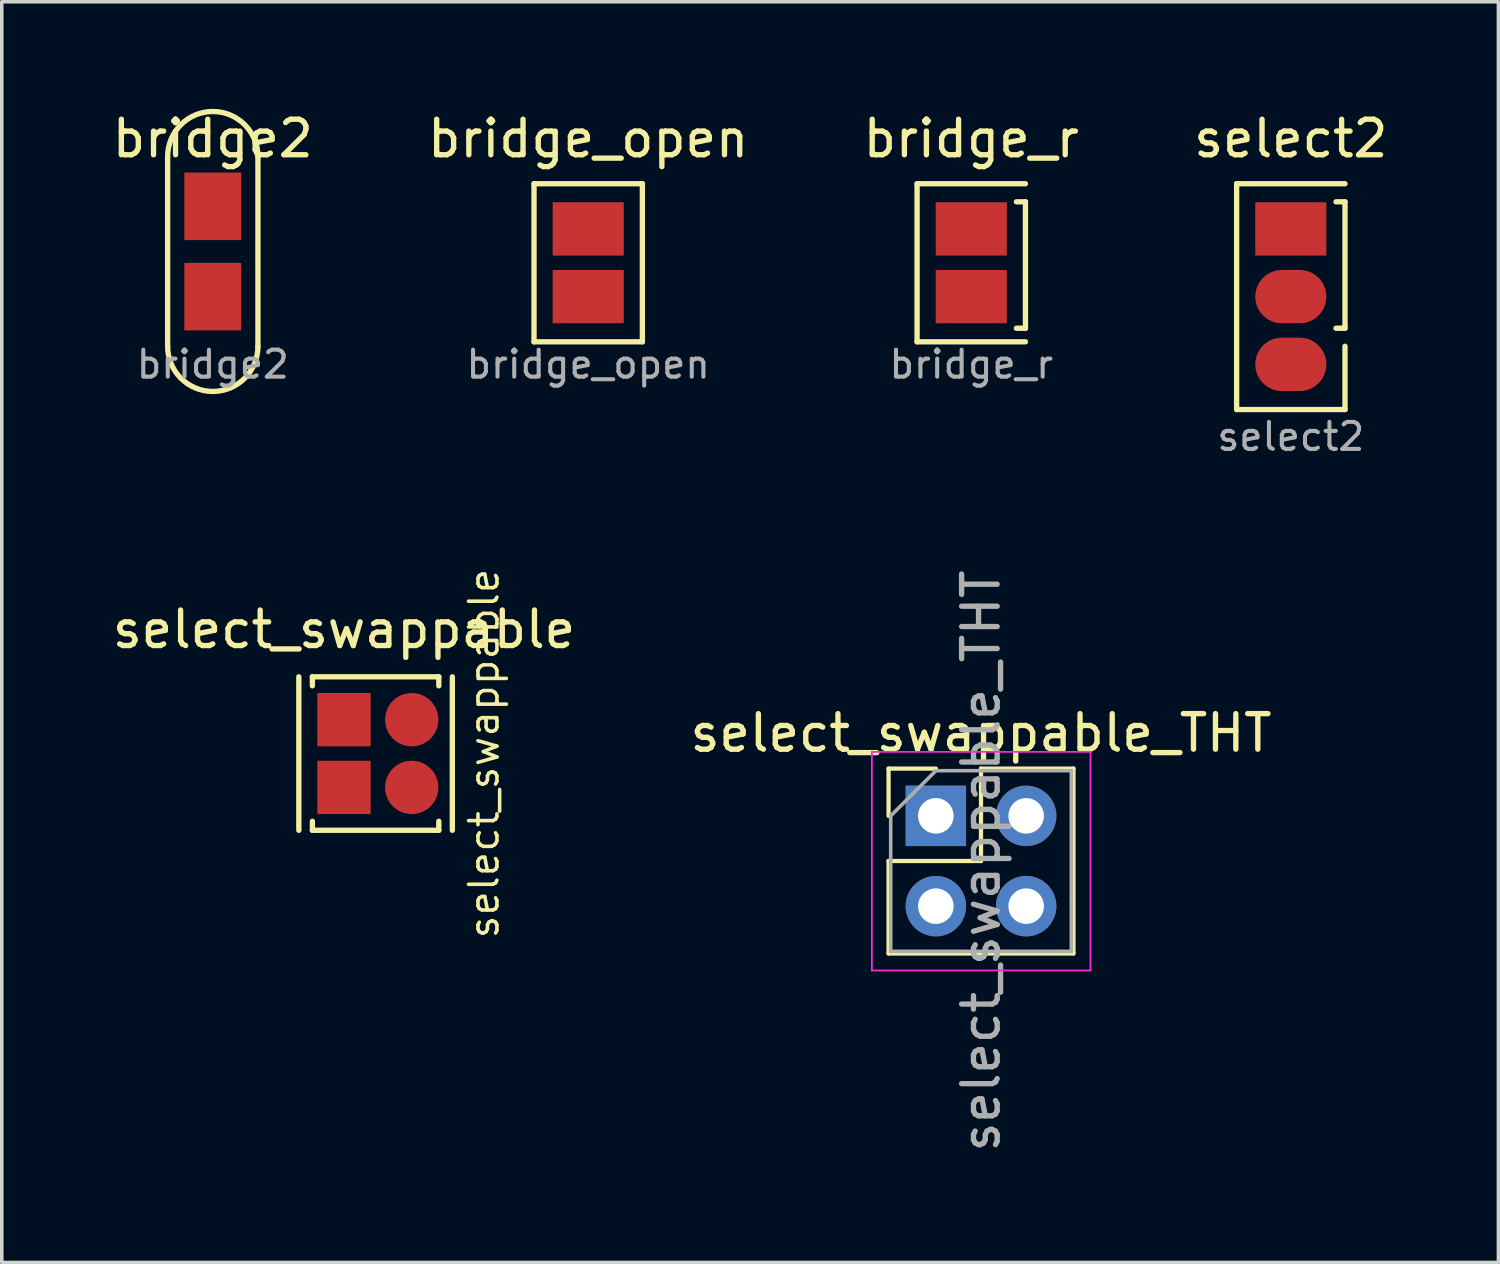
<source format=kicad_pcb>
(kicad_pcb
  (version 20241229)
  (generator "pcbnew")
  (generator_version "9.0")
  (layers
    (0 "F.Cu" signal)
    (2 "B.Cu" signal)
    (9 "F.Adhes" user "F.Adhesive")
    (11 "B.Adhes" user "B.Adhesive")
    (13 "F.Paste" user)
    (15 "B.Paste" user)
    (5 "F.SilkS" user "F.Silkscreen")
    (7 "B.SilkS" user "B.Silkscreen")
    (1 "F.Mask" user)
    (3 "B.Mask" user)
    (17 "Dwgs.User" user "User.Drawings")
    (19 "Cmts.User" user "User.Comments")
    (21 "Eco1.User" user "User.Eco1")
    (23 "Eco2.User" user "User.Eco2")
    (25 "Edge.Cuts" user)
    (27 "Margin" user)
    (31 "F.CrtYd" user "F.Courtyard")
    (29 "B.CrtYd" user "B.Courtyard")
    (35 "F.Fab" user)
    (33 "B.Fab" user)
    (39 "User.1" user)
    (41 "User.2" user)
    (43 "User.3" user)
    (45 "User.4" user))
  (footprint "bridge_open"
    (layer "F.Cu")
    (at 13.494 3.388)
    (property "Reference" "bridge_open" (at 0 -2.54 0) (layer "F.SilkS") (effects (font (size 1 1) (thickness 0.15))))
    (attr through_hole)
    (fp_line (start -1.524 3.175) (end -1.524 -1.27) (stroke (width 0.15) (type solid)) (layer "F.SilkS"))
    (fp_line (start -1.524 3.175) (end 1.524 3.175) (stroke (width 0.15) (type solid)) (layer "F.SilkS"))
    (fp_line (start 1.524 -1.27) (end -1.524 -1.27) (stroke (width 0.15) (type solid)) (layer "F.SilkS"))
    (fp_line (start 1.524 3.175) (end 1.524 -1.27) (stroke (width 0.15) (type solid)) (layer "F.SilkS"))
    (fp_text user "${REFERENCE}" (at 0 3.81 180) (layer "F.Fab") (effects (font (size 0.76 0.76) (thickness 0.114))))
    (pad "1" smd rect (at 0 0) (size 2 1.5) (layers "F.Cu" "F.Mask" "F.Paste"))
    (pad "2" smd rect (at 0 1.905) (size 2 1.5) (layers "F.Cu" "F.Mask" "F.Paste")))
  (footprint "bridge2"
    (layer "F.Cu")
    (at 2.935 3.388)
    (property "Reference" "bridge2" (at 0 -2.54 0) (layer "F.SilkS") (effects (font (size 1 1) (thickness 0.15))))
    (attr through_hole)
    (fp_line (start -1.27 3.302) (end -1.27 -2.032) (stroke (width 0.15) (type solid)) (layer "F.SilkS"))
    (fp_line (start 1.27 3.302) (end 1.27 -2.032) (stroke (width 0.15) (type solid)) (layer "F.SilkS"))
    (fp_arc (start -1.27 -2.032) (mid 0 -3.302) (end 1.27 -2.032) (stroke (width 0.15) (type solid)) (layer "F.SilkS"))
    (fp_arc (start 1.27 3.302) (mid 0 4.572) (end -1.27 3.302) (stroke (width 0.15) (type solid)) (layer "F.SilkS"))
    (fp_text user "${REFERENCE}" (at 0 3.81 180) (layer "F.Fab") (effects (font (size 0.76 0.76) (thickness 0.114))))
    (pad "1" smd rect (at 0 -0.635) (size 1.6 1.9) (layers "F.Cu" "F.Mask" "F.Paste"))
    (pad "2" smd rect (at 0 1.905) (size 1.6 1.9) (layers "F.Cu" "F.Mask" "F.Paste")))
  (footprint "select_swappable"
    (layer "F.Cu")
    (at 6.625 17.192)
    (property "Reference" "select_swappable" (at 0 -2.54 0) (layer "F.SilkS") (effects (font (size 1 1) (thickness 0.15))))
    (attr through_hole)
    (fp_line (start -1.27 -1.206) (end -1.27 3.111) (stroke (width 0.15) (type solid)) (layer "F.SilkS"))
    (fp_line (start -0.889 -0.953) (end -0.889 -1.206) (stroke (width 0.15) (type solid)) (layer "F.SilkS"))
    (fp_line (start -0.889 2.857) (end -0.889 3.111) (stroke (width 0.15) (type solid)) (layer "F.SilkS"))
    (fp_line (start -0.889 3.111) (end 2.667 3.111) (stroke (width 0.15) (type solid)) (layer "F.SilkS"))
    (fp_line (start 2.667 -1.206) (end -0.889 -1.206) (stroke (width 0.15) (type solid)) (layer "F.SilkS"))
    (fp_line (start 2.667 -0.953) (end 2.667 -1.206) (stroke (width 0.15) (type solid)) (layer "F.SilkS"))
    (fp_line (start 2.667 2.857) (end 2.667 3.111) (stroke (width 0.15) (type solid)) (layer "F.SilkS"))
    (fp_line (start 3.048 3.111) (end 3.048 -1.206) (stroke (width 0.15) (type solid)) (layer "F.SilkS"))
    (fp_text user "${REFERENCE}" (at 3.937 0.953 90) (layer "F.SilkS") (effects (font (size 0.8 0.8) (thickness 0.1))))
    (pad "1a" smd rect (at 0 0) (size 1.5 1.5) (layers "F.Cu" "F.Mask" "F.Paste"))
    (pad "1b" smd oval (at 1.905 0) (size 1.5 1.5) (layers "F.Cu" "F.Mask" "F.Paste"))
    (pad "2a" smd oval (at 1.905 1.905) (size 1.5 1.5) (layers "F.Cu" "F.Mask" "F.Paste"))
    (pad "2b" smd rect (at 0 1.905) (size 1.5 1.5) (layers "F.Cu" "F.Mask" "F.Paste")))
  (footprint "bridge_r"
    (layer "F.Cu")
    (at 24.268 3.388)
    (property "Reference" "bridge_r" (at 0 -2.54 0) (layer "F.SilkS") (effects (font (size 1 1) (thickness 0.15))))
    (attr through_hole)
    (fp_line (start -1.524 3.175) (end -1.524 -1.27) (stroke (width 0.15) (type solid)) (layer "F.SilkS"))
    (fp_line (start -1.524 3.175) (end 1.524 3.175) (stroke (width 0.15) (type solid)) (layer "F.SilkS"))
    (fp_line (start 1.27 -0.762) (end 1.524 -0.762) (stroke (width 0.15) (type solid)) (layer "F.SilkS"))
    (fp_line (start 1.27 2.794) (end 1.524 2.794) (stroke (width 0.15) (type solid)) (layer "F.SilkS"))
    (fp_line (start 1.524 -1.27) (end -1.524 -1.27) (stroke (width 0.15) (type solid)) (layer "F.SilkS"))
    (fp_line (start 1.524 2.794) (end 1.524 -0.762) (stroke (width 0.15) (type solid)) (layer "F.SilkS"))
    (fp_text user "${REFERENCE}" (at 0 3.81 180) (layer "F.Fab") (effects (font (size 0.76 0.76) (thickness 0.114))))
    (pad "1" smd rect (at 0 0) (size 2 1.5) (layers "F.Cu" "F.Mask" "F.Paste"))
    (pad "2" smd rect (at 0 1.905) (size 2 1.5) (layers "F.Cu" "F.Mask" "F.Paste")))
  (footprint "select_swappable_THT"
    (layer "F.Cu")
    (at 23.272 19.897)
    (property "Reference" "select_swappable_THT" (at 1.27 -2.33 0) (layer "F.SilkS") (effects (font (size 1 1) (thickness 0.15))))
    (attr through_hole)
    (fp_line (start -1.33 -1.33) (end 0 -1.33) (stroke (width 0.12) (type solid)) (layer "F.SilkS"))
    (fp_line (start -1.33 0) (end -1.33 -1.33) (stroke (width 0.12) (type solid)) (layer "F.SilkS"))
    (fp_line (start -1.33 1.27) (end -1.33 3.87) (stroke (width 0.12) (type solid)) (layer "F.SilkS"))
    (fp_line (start -1.33 1.27) (end 1.27 1.27) (stroke (width 0.12) (type solid)) (layer "F.SilkS"))
    (fp_line (start -1.33 3.87) (end 3.87 3.87) (stroke (width 0.12) (type solid)) (layer "F.SilkS"))
    (fp_line (start 1.27 -1.33) (end 3.87 -1.33) (stroke (width 0.12) (type solid)) (layer "F.SilkS"))
    (fp_line (start 1.27 1.27) (end 1.27 -1.33) (stroke (width 0.12) (type solid)) (layer "F.SilkS"))
    (fp_line (start 3.87 -1.33) (end 3.87 3.87) (stroke (width 0.12) (type solid)) (layer "F.SilkS"))
    (fp_line (start -1.8 -1.8) (end -1.8 4.35) (stroke (width 0.05) (type solid)) (layer "F.CrtYd"))
    (fp_line (start -1.8 4.35) (end 4.35 4.35) (stroke (width 0.05) (type solid)) (layer "F.CrtYd"))
    (fp_line (start 4.35 -1.8) (end -1.8 -1.8) (stroke (width 0.05) (type solid)) (layer "F.CrtYd"))
    (fp_line (start 4.35 4.35) (end 4.35 -1.8) (stroke (width 0.05) (type solid)) (layer "F.CrtYd"))
    (fp_line (start -1.27 0) (end 0 -1.27) (stroke (width 0.1) (type solid)) (layer "F.Fab"))
    (fp_line (start -1.27 3.81) (end -1.27 0) (stroke (width 0.1) (type solid)) (layer "F.Fab"))
    (fp_line (start 0 -1.27) (end 3.81 -1.27) (stroke (width 0.1) (type solid)) (layer "F.Fab"))
    (fp_line (start 3.81 -1.27) (end 3.81 3.81) (stroke (width 0.1) (type solid)) (layer "F.Fab"))
    (fp_line (start 3.81 3.81) (end -1.27 3.81) (stroke (width 0.1) (type solid)) (layer "F.Fab"))
    (fp_text user "${REFERENCE}" (at 1.27 1.27 90) (layer "F.Fab") (effects (font (size 1 1) (thickness 0.15))))
    (pad "1a" thru_hole rect (at 0 0) (size 1.7 1.7) (drill 1) (layers "*.Cu" "*.Mask"))
    (pad "1b" thru_hole oval (at 2.54 0) (size 1.7 1.7) (drill 1) (layers "*.Cu" "*.Mask"))
    (pad "2a" thru_hole oval (at 2.54 2.54) (size 1.7 1.7) (drill 1) (layers "*.Cu" "*.Mask"))
    (pad "2b" thru_hole oval (at 0 2.54) (size 1.7 1.7) (drill 1) (layers "*.Cu" "*.Mask")))
  (footprint "select2"
    (layer "F.Cu")
    (at 33.256 3.388)
    (property "Reference" "select2" (at 0 -2.54 0) (layer "F.SilkS") (effects (font (size 1 1) (thickness 0.15))))
    (attr through_hole)
    (fp_line (start -1.524 5.08) (end -1.524 -1.27) (stroke (width 0.15) (type solid)) (layer "F.SilkS"))
    (fp_line (start -1.524 5.08) (end 1.524 5.08) (stroke (width 0.15) (type solid)) (layer "F.SilkS"))
    (fp_line (start 1.27 -0.762) (end 1.524 -0.762) (stroke (width 0.15) (type solid)) (layer "F.SilkS"))
    (fp_line (start 1.27 2.794) (end 1.524 2.794) (stroke (width 0.15) (type solid)) (layer "F.SilkS"))
    (fp_line (start 1.524 -1.27) (end -1.524 -1.27) (stroke (width 0.15) (type solid)) (layer "F.SilkS"))
    (fp_line (start 1.524 2.794) (end 1.524 -0.762) (stroke (width 0.15) (type solid)) (layer "F.SilkS"))
    (fp_line (start 1.524 3.302) (end 1.524 5.08) (stroke (width 0.15) (type solid)) (layer "F.SilkS"))
    (fp_text user "${REFERENCE}" (at 0 5.842 180) (layer "F.Fab") (effects (font (size 0.76 0.76) (thickness 0.114))))
    (pad "1" smd rect (at 0 0) (size 2 1.5) (layers "F.Cu" "F.Mask" "F.Paste"))
    (pad "2" smd oval (at 0 1.905) (size 2 1.5) (layers "F.Cu" "F.Mask" "F.Paste"))
    (pad "3" smd oval (at 0 3.81) (size 2 1.5) (layers "F.Cu" "F.Mask" "F.Paste")))
  (gr_rect
    (start -3 -3)
    (end 39.095 32.458)
    (stroke (width 0.1) (type default))
    (fill no)
    (layer "Edge.Cuts")))
</source>
